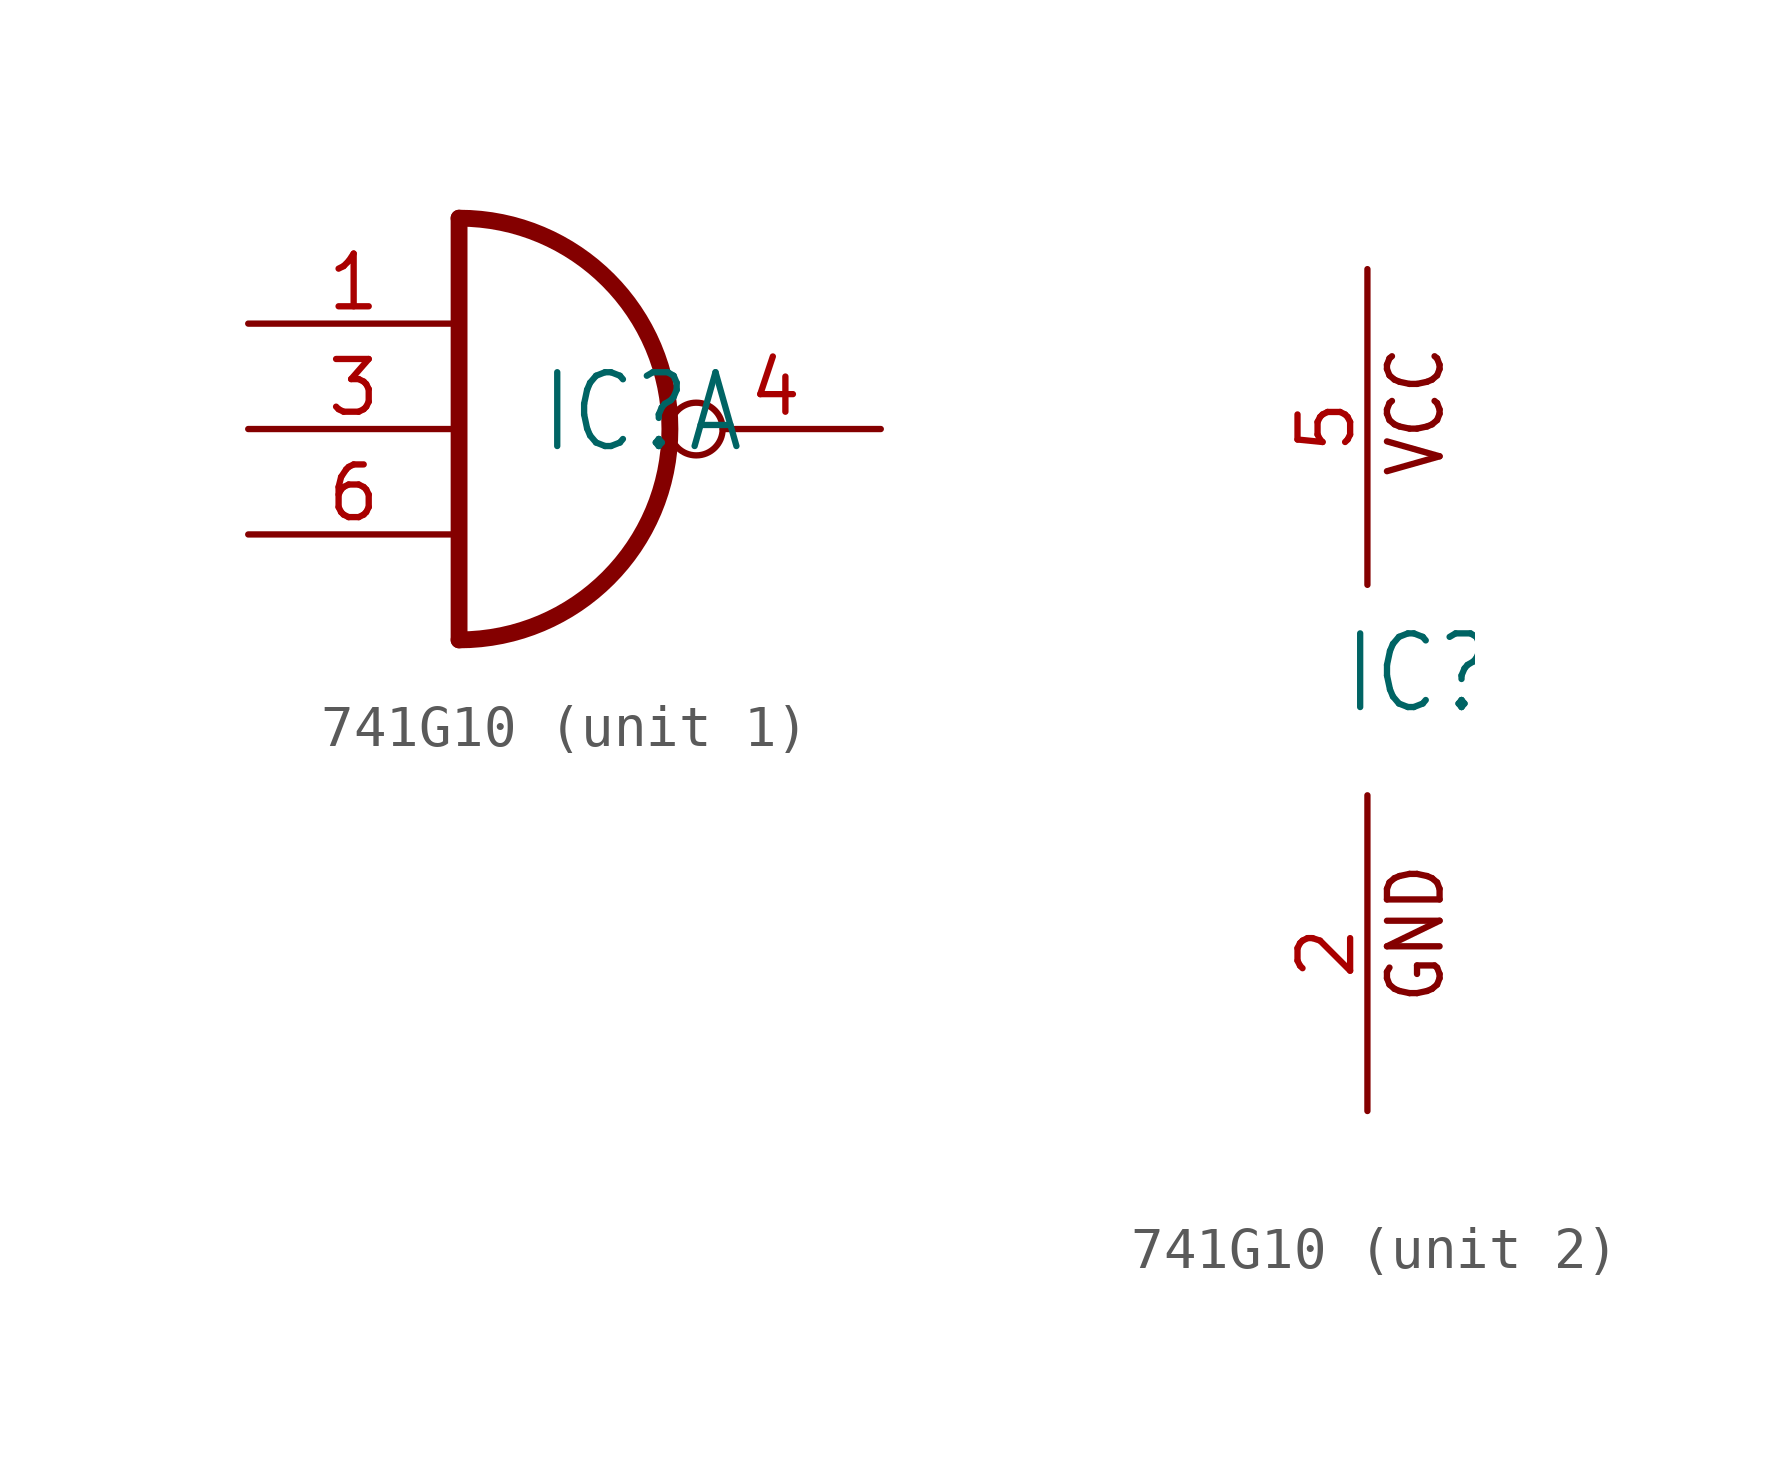
<source format=kicad_sym>
(kicad_symbol_lib
  (version 20211014)
  (generator kicad_symbol_editor)
  (symbol "741G10"
    (property "Reference" "IC"
      (at -0.635 -0.635 0)
      (effects (font (size 1.778 1.511)) (justify left bottom)))
    (property "ki_locked" ""
      (at 0 0 0)
      (effects (font (size 1.27 1.27))))
    (symbol "741G10_1_0"
      (arc (start -2.54 -5.08) (mid 2.54 0) (end -2.54 5.08) (stroke (width 0.4064) (type default) (color 0 0 0 0)) (fill (type none)))
      (polyline (pts (xy -2.54 5.08) (xy -2.54 -5.08)) (stroke (width 0.406) (type default) (color 0 0 0 0)) (fill (type none)))
      (pin input line (at -7.62 2.54 0) (length 5.08) (name "I0" (effects (font (size 0 0)))) (number "1" (effects (font (size 1.27 1.27)))))
      (pin input line (at -7.62 0 0) (length 5.08) (name "I1" (effects (font (size 0 0)))) (number "3" (effects (font (size 1.27 1.27)))))
      (pin open_collector inverted (at 7.62 0 180) (length 5.08) (name "O" (effects (font (size 0 0)))) (number "4" (effects (font (size 1.27 1.27)))))
      (pin input line (at -7.62 -2.54 0) (length 5.08) (name "I2" (effects (font (size 0 0)))) (number "6" (effects (font (size 1.27 1.27))))))
    (symbol "741G10_2_0"
      (text "GND" (at 1.905 -7.62 900) (effects (font (size 1.27 1.079)) (justify left bottom)))
      (text "VCC" (at 1.905 5.08 900) (effects (font (size 1.27 1.079)) (justify left bottom)))
      (pin power_in line (at 0 -10.16 90) (length 7.62) (name "GND" (effects (font (size 0 0)))) (number "2" (effects (font (size 1.27 1.27)))))
      (pin power_in line (at 0 10.16 270) (length 7.62) (name "VCC" (effects (font (size 0 0)))) (number "5" (effects (font (size 1.27 1.27))))))))
</source>
